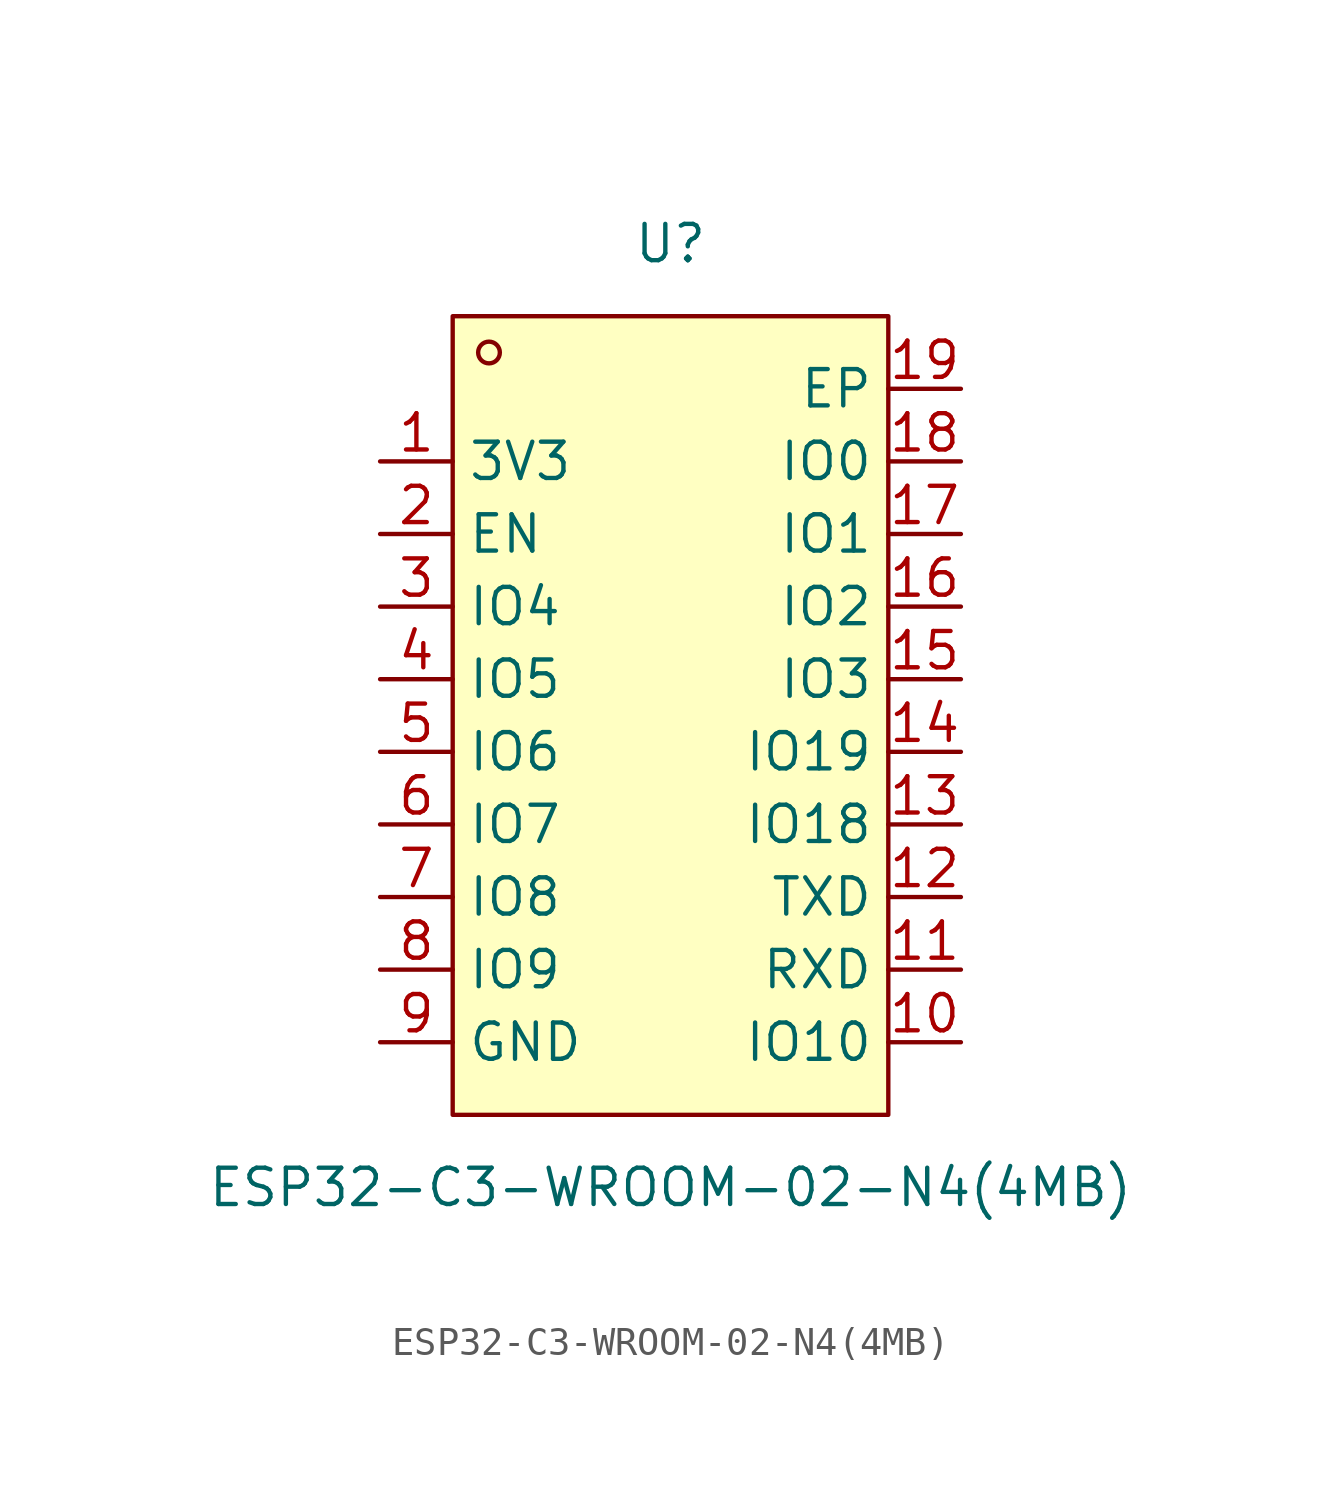
<source format=kicad_sym>
(kicad_symbol_lib
  (version 20211014)
  (generator https://github.com/uPesy/easyeda2kicad.py)
  (symbol "ESP32-C3-WROOM-02-N4(4MB)"
    (property "Reference" "U"
      (at 0 16.51 0)
      (effects (font (size 1.27 1.27))))
    (property "Value" "ESP32-C3-WROOM-02-N4(4MB)"
      (at 0 -16.51 0)
      (effects (font (size 1.27 1.27))))
    (symbol "ESP32-C3-WROOM-02-N4(4MB)_0_1"
      (rectangle (start -7.62 13.97) (end 7.62 -13.97) (stroke (width 0) (type default) (color 0 0 0 0)) (fill (type background)))
      (circle (center -6.35 12.70) (radius 0.38) (stroke (width 0) (type default) (color 0 0 0 0)) (fill (type none)))
      (pin unspecified line (at 10.16 11.43 180) (length 2.54) (name "EP" (effects (font (size 1.27 1.27)))) (number "19" (effects (font (size 1.27 1.27)))))
      (pin unspecified line (at 10.16 8.89 180) (length 2.54) (name "IO0" (effects (font (size 1.27 1.27)))) (number "18" (effects (font (size 1.27 1.27)))))
      (pin unspecified line (at 10.16 6.35 180) (length 2.54) (name "IO1" (effects (font (size 1.27 1.27)))) (number "17" (effects (font (size 1.27 1.27)))))
      (pin unspecified line (at 10.16 3.81 180) (length 2.54) (name "IO2" (effects (font (size 1.27 1.27)))) (number "16" (effects (font (size 1.27 1.27)))))
      (pin unspecified line (at 10.16 1.27 180) (length 2.54) (name "IO3" (effects (font (size 1.27 1.27)))) (number "15" (effects (font (size 1.27 1.27)))))
      (pin unspecified line (at 10.16 -1.27 180) (length 2.54) (name "IO19" (effects (font (size 1.27 1.27)))) (number "14" (effects (font (size 1.27 1.27)))))
      (pin unspecified line (at 10.16 -3.81 180) (length 2.54) (name "IO18" (effects (font (size 1.27 1.27)))) (number "13" (effects (font (size 1.27 1.27)))))
      (pin unspecified line (at 10.16 -6.35 180) (length 2.54) (name "TXD" (effects (font (size 1.27 1.27)))) (number "12" (effects (font (size 1.27 1.27)))))
      (pin unspecified line (at 10.16 -8.89 180) (length 2.54) (name "RXD" (effects (font (size 1.27 1.27)))) (number "11" (effects (font (size 1.27 1.27)))))
      (pin unspecified line (at 10.16 -11.43 180) (length 2.54) (name "IO10" (effects (font (size 1.27 1.27)))) (number "10" (effects (font (size 1.27 1.27)))))
      (pin unspecified line (at -10.16 -11.43 0) (length 2.54) (name "GND" (effects (font (size 1.27 1.27)))) (number "9" (effects (font (size 1.27 1.27)))))
      (pin unspecified line (at -10.16 -8.89 0) (length 2.54) (name "IO9" (effects (font (size 1.27 1.27)))) (number "8" (effects (font (size 1.27 1.27)))))
      (pin unspecified line (at -10.16 -6.35 0) (length 2.54) (name "IO8" (effects (font (size 1.27 1.27)))) (number "7" (effects (font (size 1.27 1.27)))))
      (pin unspecified line (at -10.16 -3.81 0) (length 2.54) (name "IO7" (effects (font (size 1.27 1.27)))) (number "6" (effects (font (size 1.27 1.27)))))
      (pin unspecified line (at -10.16 -1.27 0) (length 2.54) (name "IO6" (effects (font (size 1.27 1.27)))) (number "5" (effects (font (size 1.27 1.27)))))
      (pin unspecified line (at -10.16 1.27 0) (length 2.54) (name "IO5" (effects (font (size 1.27 1.27)))) (number "4" (effects (font (size 1.27 1.27)))))
      (pin unspecified line (at -10.16 3.81 0) (length 2.54) (name "IO4" (effects (font (size 1.27 1.27)))) (number "3" (effects (font (size 1.27 1.27)))))
      (pin unspecified line (at -10.16 6.35 0) (length 2.54) (name "EN" (effects (font (size 1.27 1.27)))) (number "2" (effects (font (size 1.27 1.27)))))
      (pin unspecified line (at -10.16 8.89 0) (length 2.54) (name "3V3" (effects (font (size 1.27 1.27)))) (number "1" (effects (font (size 1.27 1.27))))))))
</source>
